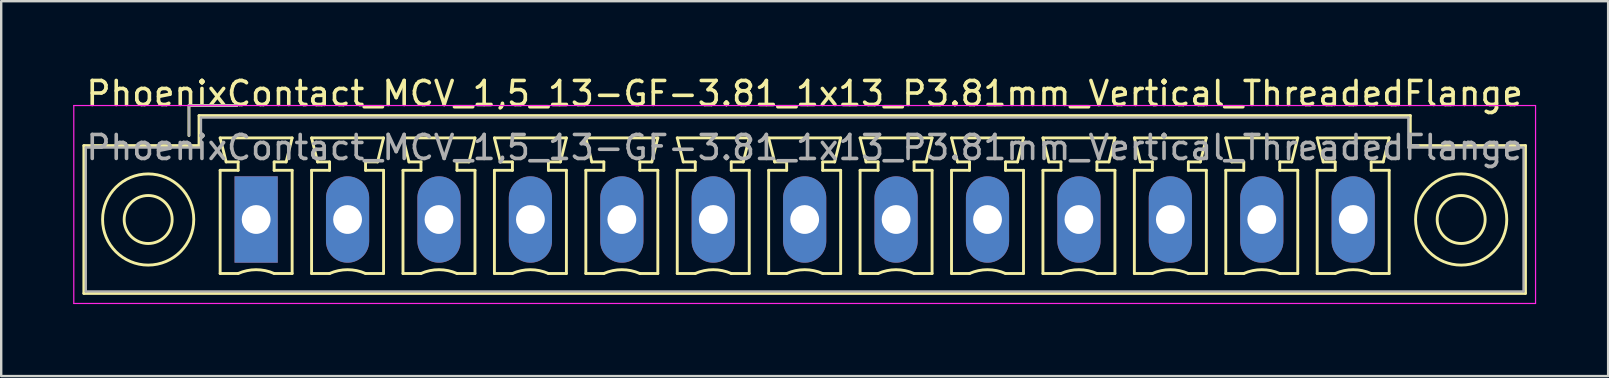
<source format=kicad_pcb>
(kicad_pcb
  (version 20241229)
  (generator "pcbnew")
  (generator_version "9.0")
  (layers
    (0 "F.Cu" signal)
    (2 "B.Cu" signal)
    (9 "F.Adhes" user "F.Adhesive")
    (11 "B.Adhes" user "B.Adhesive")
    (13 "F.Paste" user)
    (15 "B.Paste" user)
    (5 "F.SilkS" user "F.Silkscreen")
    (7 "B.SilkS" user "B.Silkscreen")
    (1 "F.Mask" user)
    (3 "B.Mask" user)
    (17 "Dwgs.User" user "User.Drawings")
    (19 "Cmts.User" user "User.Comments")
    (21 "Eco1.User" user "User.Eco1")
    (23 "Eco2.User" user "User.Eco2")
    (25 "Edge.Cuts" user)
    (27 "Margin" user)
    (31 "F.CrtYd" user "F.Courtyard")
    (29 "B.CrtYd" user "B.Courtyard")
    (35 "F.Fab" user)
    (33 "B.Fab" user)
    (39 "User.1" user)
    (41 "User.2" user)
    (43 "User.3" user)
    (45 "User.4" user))
  (footprint "PhoenixContact_MCV_1,5_13-GF-3.81_1x13_P3.81mm_Vertical_ThreadedFlange"
    (layer "F.Cu")
    (at 7.625 6.098)
    (property "Reference" "PhoenixContact_MCV_1,5_13-GF-3.81_1x13_P3.81mm_Vertical_ThreadedFlange" (at 22.86 -5.25 0) (layer "F.SilkS") (effects (font (size 1 1) (thickness 0.15))))
    (attr through_hole)
    (fp_line (start -7.18 -3.08) (end -7.18 3.08) (stroke (width 0.12) (type solid)) (layer "F.SilkS"))
    (fp_line (start -7.18 3.08) (end 52.9 3.08) (stroke (width 0.12) (type solid)) (layer "F.SilkS"))
    (fp_line (start -2.8 -4.75) (end -0.8 -4.75) (stroke (width 0.12) (type solid)) (layer "F.SilkS"))
    (fp_line (start -2.8 -3.5) (end -2.8 -4.75) (stroke (width 0.12) (type solid)) (layer "F.SilkS"))
    (fp_line (start -2.38 -4.33) (end -2.38 -3.08) (stroke (width 0.12) (type solid)) (layer "F.SilkS"))
    (fp_line (start -2.38 -3.08) (end -7.18 -3.08) (stroke (width 0.12) (type solid)) (layer "F.SilkS"))
    (fp_line (start -1.5 -3.4) (end 1.5 -3.4) (stroke (width 0.12) (type solid)) (layer "F.SilkS"))
    (fp_line (start -1.5 -2.05) (end -0.75 -2.05) (stroke (width 0.12) (type solid)) (layer "F.SilkS"))
    (fp_line (start -1.5 2.25) (end -1.5 -2.05) (stroke (width 0.12) (type solid)) (layer "F.SilkS"))
    (fp_line (start -1.25 -2.4) (end -1.5 -3.4) (stroke (width 0.12) (type solid)) (layer "F.SilkS"))
    (fp_line (start -0.75 -2.4) (end -1.25 -2.4) (stroke (width 0.12) (type solid)) (layer "F.SilkS"))
    (fp_line (start -0.75 -2.05) (end -0.75 -2.4) (stroke (width 0.12) (type solid)) (layer "F.SilkS"))
    (fp_line (start -0.75 2.25) (end -1.5 2.25) (stroke (width 0.12) (type solid)) (layer "F.SilkS"))
    (fp_line (start 0.75 -2.4) (end 0.75 -2.05) (stroke (width 0.12) (type solid)) (layer "F.SilkS"))
    (fp_line (start 0.75 -2.05) (end 1.5 -2.05) (stroke (width 0.12) (type solid)) (layer "F.SilkS"))
    (fp_line (start 1.25 -2.4) (end 0.75 -2.4) (stroke (width 0.12) (type solid)) (layer "F.SilkS"))
    (fp_line (start 1.5 -3.4) (end 1.25 -2.4) (stroke (width 0.12) (type solid)) (layer "F.SilkS"))
    (fp_line (start 1.5 -2.05) (end 1.5 2.25) (stroke (width 0.12) (type solid)) (layer "F.SilkS"))
    (fp_line (start 1.5 2.25) (end 0.75 2.25) (stroke (width 0.12) (type solid)) (layer "F.SilkS"))
    (fp_line (start 2.31 -3.4) (end 5.31 -3.4) (stroke (width 0.12) (type solid)) (layer "F.SilkS"))
    (fp_line (start 2.31 -2.05) (end 3.06 -2.05) (stroke (width 0.12) (type solid)) (layer "F.SilkS"))
    (fp_line (start 2.31 2.25) (end 2.31 -2.05) (stroke (width 0.12) (type solid)) (layer "F.SilkS"))
    (fp_line (start 2.56 -2.4) (end 2.31 -3.4) (stroke (width 0.12) (type solid)) (layer "F.SilkS"))
    (fp_line (start 3.06 -2.4) (end 2.56 -2.4) (stroke (width 0.12) (type solid)) (layer "F.SilkS"))
    (fp_line (start 3.06 -2.05) (end 3.06 -2.4) (stroke (width 0.12) (type solid)) (layer "F.SilkS"))
    (fp_line (start 3.06 2.25) (end 2.31 2.25) (stroke (width 0.12) (type solid)) (layer "F.SilkS"))
    (fp_line (start 4.56 -2.4) (end 4.56 -2.05) (stroke (width 0.12) (type solid)) (layer "F.SilkS"))
    (fp_line (start 4.56 -2.05) (end 5.31 -2.05) (stroke (width 0.12) (type solid)) (layer "F.SilkS"))
    (fp_line (start 5.06 -2.4) (end 4.56 -2.4) (stroke (width 0.12) (type solid)) (layer "F.SilkS"))
    (fp_line (start 5.31 -3.4) (end 5.06 -2.4) (stroke (width 0.12) (type solid)) (layer "F.SilkS"))
    (fp_line (start 5.31 -2.05) (end 5.31 2.25) (stroke (width 0.12) (type solid)) (layer "F.SilkS"))
    (fp_line (start 5.31 2.25) (end 4.56 2.25) (stroke (width 0.12) (type solid)) (layer "F.SilkS"))
    (fp_line (start 6.12 -3.4) (end 9.12 -3.4) (stroke (width 0.12) (type solid)) (layer "F.SilkS"))
    (fp_line (start 6.12 -2.05) (end 6.87 -2.05) (stroke (width 0.12) (type solid)) (layer "F.SilkS"))
    (fp_line (start 6.12 2.25) (end 6.12 -2.05) (stroke (width 0.12) (type solid)) (layer "F.SilkS"))
    (fp_line (start 6.37 -2.4) (end 6.12 -3.4) (stroke (width 0.12) (type solid)) (layer "F.SilkS"))
    (fp_line (start 6.87 -2.4) (end 6.37 -2.4) (stroke (width 0.12) (type solid)) (layer "F.SilkS"))
    (fp_line (start 6.87 -2.05) (end 6.87 -2.4) (stroke (width 0.12) (type solid)) (layer "F.SilkS"))
    (fp_line (start 6.87 2.25) (end 6.12 2.25) (stroke (width 0.12) (type solid)) (layer "F.SilkS"))
    (fp_line (start 8.37 -2.4) (end 8.37 -2.05) (stroke (width 0.12) (type solid)) (layer "F.SilkS"))
    (fp_line (start 8.37 -2.05) (end 9.12 -2.05) (stroke (width 0.12) (type solid)) (layer "F.SilkS"))
    (fp_line (start 8.87 -2.4) (end 8.37 -2.4) (stroke (width 0.12) (type solid)) (layer "F.SilkS"))
    (fp_line (start 9.12 -3.4) (end 8.87 -2.4) (stroke (width 0.12) (type solid)) (layer "F.SilkS"))
    (fp_line (start 9.12 -2.05) (end 9.12 2.25) (stroke (width 0.12) (type solid)) (layer "F.SilkS"))
    (fp_line (start 9.12 2.25) (end 8.37 2.25) (stroke (width 0.12) (type solid)) (layer "F.SilkS"))
    (fp_line (start 9.93 -3.4) (end 12.93 -3.4) (stroke (width 0.12) (type solid)) (layer "F.SilkS"))
    (fp_line (start 9.93 -2.05) (end 10.68 -2.05) (stroke (width 0.12) (type solid)) (layer "F.SilkS"))
    (fp_line (start 9.93 2.25) (end 9.93 -2.05) (stroke (width 0.12) (type solid)) (layer "F.SilkS"))
    (fp_line (start 10.18 -2.4) (end 9.93 -3.4) (stroke (width 0.12) (type solid)) (layer "F.SilkS"))
    (fp_line (start 10.68 -2.4) (end 10.18 -2.4) (stroke (width 0.12) (type solid)) (layer "F.SilkS"))
    (fp_line (start 10.68 -2.05) (end 10.68 -2.4) (stroke (width 0.12) (type solid)) (layer "F.SilkS"))
    (fp_line (start 10.68 2.25) (end 9.93 2.25) (stroke (width 0.12) (type solid)) (layer "F.SilkS"))
    (fp_line (start 12.18 -2.4) (end 12.18 -2.05) (stroke (width 0.12) (type solid)) (layer "F.SilkS"))
    (fp_line (start 12.18 -2.05) (end 12.93 -2.05) (stroke (width 0.12) (type solid)) (layer "F.SilkS"))
    (fp_line (start 12.68 -2.4) (end 12.18 -2.4) (stroke (width 0.12) (type solid)) (layer "F.SilkS"))
    (fp_line (start 12.93 -3.4) (end 12.68 -2.4) (stroke (width 0.12) (type solid)) (layer "F.SilkS"))
    (fp_line (start 12.93 -2.05) (end 12.93 2.25) (stroke (width 0.12) (type solid)) (layer "F.SilkS"))
    (fp_line (start 12.93 2.25) (end 12.18 2.25) (stroke (width 0.12) (type solid)) (layer "F.SilkS"))
    (fp_line (start 13.74 -3.4) (end 16.74 -3.4) (stroke (width 0.12) (type solid)) (layer "F.SilkS"))
    (fp_line (start 13.74 -2.05) (end 14.49 -2.05) (stroke (width 0.12) (type solid)) (layer "F.SilkS"))
    (fp_line (start 13.74 2.25) (end 13.74 -2.05) (stroke (width 0.12) (type solid)) (layer "F.SilkS"))
    (fp_line (start 13.99 -2.4) (end 13.74 -3.4) (stroke (width 0.12) (type solid)) (layer "F.SilkS"))
    (fp_line (start 14.49 -2.4) (end 13.99 -2.4) (stroke (width 0.12) (type solid)) (layer "F.SilkS"))
    (fp_line (start 14.49 -2.05) (end 14.49 -2.4) (stroke (width 0.12) (type solid)) (layer "F.SilkS"))
    (fp_line (start 14.49 2.25) (end 13.74 2.25) (stroke (width 0.12) (type solid)) (layer "F.SilkS"))
    (fp_line (start 15.99 -2.4) (end 15.99 -2.05) (stroke (width 0.12) (type solid)) (layer "F.SilkS"))
    (fp_line (start 15.99 -2.05) (end 16.74 -2.05) (stroke (width 0.12) (type solid)) (layer "F.SilkS"))
    (fp_line (start 16.49 -2.4) (end 15.99 -2.4) (stroke (width 0.12) (type solid)) (layer "F.SilkS"))
    (fp_line (start 16.74 -3.4) (end 16.49 -2.4) (stroke (width 0.12) (type solid)) (layer "F.SilkS"))
    (fp_line (start 16.74 -2.05) (end 16.74 2.25) (stroke (width 0.12) (type solid)) (layer "F.SilkS"))
    (fp_line (start 16.74 2.25) (end 15.99 2.25) (stroke (width 0.12) (type solid)) (layer "F.SilkS"))
    (fp_line (start 17.55 -3.4) (end 20.55 -3.4) (stroke (width 0.12) (type solid)) (layer "F.SilkS"))
    (fp_line (start 17.55 -2.05) (end 18.3 -2.05) (stroke (width 0.12) (type solid)) (layer "F.SilkS"))
    (fp_line (start 17.55 2.25) (end 17.55 -2.05) (stroke (width 0.12) (type solid)) (layer "F.SilkS"))
    (fp_line (start 17.8 -2.4) (end 17.55 -3.4) (stroke (width 0.12) (type solid)) (layer "F.SilkS"))
    (fp_line (start 18.3 -2.4) (end 17.8 -2.4) (stroke (width 0.12) (type solid)) (layer "F.SilkS"))
    (fp_line (start 18.3 -2.05) (end 18.3 -2.4) (stroke (width 0.12) (type solid)) (layer "F.SilkS"))
    (fp_line (start 18.3 2.25) (end 17.55 2.25) (stroke (width 0.12) (type solid)) (layer "F.SilkS"))
    (fp_line (start 19.8 -2.4) (end 19.8 -2.05) (stroke (width 0.12) (type solid)) (layer "F.SilkS"))
    (fp_line (start 19.8 -2.05) (end 20.55 -2.05) (stroke (width 0.12) (type solid)) (layer "F.SilkS"))
    (fp_line (start 20.3 -2.4) (end 19.8 -2.4) (stroke (width 0.12) (type solid)) (layer "F.SilkS"))
    (fp_line (start 20.55 -3.4) (end 20.3 -2.4) (stroke (width 0.12) (type solid)) (layer "F.SilkS"))
    (fp_line (start 20.55 -2.05) (end 20.55 2.25) (stroke (width 0.12) (type solid)) (layer "F.SilkS"))
    (fp_line (start 20.55 2.25) (end 19.8 2.25) (stroke (width 0.12) (type solid)) (layer "F.SilkS"))
    (fp_line (start 21.36 -3.4) (end 24.36 -3.4) (stroke (width 0.12) (type solid)) (layer "F.SilkS"))
    (fp_line (start 21.36 -2.05) (end 22.11 -2.05) (stroke (width 0.12) (type solid)) (layer "F.SilkS"))
    (fp_line (start 21.36 2.25) (end 21.36 -2.05) (stroke (width 0.12) (type solid)) (layer "F.SilkS"))
    (fp_line (start 21.61 -2.4) (end 21.36 -3.4) (stroke (width 0.12) (type solid)) (layer "F.SilkS"))
    (fp_line (start 22.11 -2.4) (end 21.61 -2.4) (stroke (width 0.12) (type solid)) (layer "F.SilkS"))
    (fp_line (start 22.11 -2.05) (end 22.11 -2.4) (stroke (width 0.12) (type solid)) (layer "F.SilkS"))
    (fp_line (start 22.11 2.25) (end 21.36 2.25) (stroke (width 0.12) (type solid)) (layer "F.SilkS"))
    (fp_line (start 23.61 -2.4) (end 23.61 -2.05) (stroke (width 0.12) (type solid)) (layer "F.SilkS"))
    (fp_line (start 23.61 -2.05) (end 24.36 -2.05) (stroke (width 0.12) (type solid)) (layer "F.SilkS"))
    (fp_line (start 24.11 -2.4) (end 23.61 -2.4) (stroke (width 0.12) (type solid)) (layer "F.SilkS"))
    (fp_line (start 24.36 -3.4) (end 24.11 -2.4) (stroke (width 0.12) (type solid)) (layer "F.SilkS"))
    (fp_line (start 24.36 -2.05) (end 24.36 2.25) (stroke (width 0.12) (type solid)) (layer "F.SilkS"))
    (fp_line (start 24.36 2.25) (end 23.61 2.25) (stroke (width 0.12) (type solid)) (layer "F.SilkS"))
    (fp_line (start 25.17 -3.4) (end 28.17 -3.4) (stroke (width 0.12) (type solid)) (layer "F.SilkS"))
    (fp_line (start 25.17 -2.05) (end 25.92 -2.05) (stroke (width 0.12) (type solid)) (layer "F.SilkS"))
    (fp_line (start 25.17 2.25) (end 25.17 -2.05) (stroke (width 0.12) (type solid)) (layer "F.SilkS"))
    (fp_line (start 25.42 -2.4) (end 25.17 -3.4) (stroke (width 0.12) (type solid)) (layer "F.SilkS"))
    (fp_line (start 25.92 -2.4) (end 25.42 -2.4) (stroke (width 0.12) (type solid)) (layer "F.SilkS"))
    (fp_line (start 25.92 -2.05) (end 25.92 -2.4) (stroke (width 0.12) (type solid)) (layer "F.SilkS"))
    (fp_line (start 25.92 2.25) (end 25.17 2.25) (stroke (width 0.12) (type solid)) (layer "F.SilkS"))
    (fp_line (start 27.42 -2.4) (end 27.42 -2.05) (stroke (width 0.12) (type solid)) (layer "F.SilkS"))
    (fp_line (start 27.42 -2.05) (end 28.17 -2.05) (stroke (width 0.12) (type solid)) (layer "F.SilkS"))
    (fp_line (start 27.92 -2.4) (end 27.42 -2.4) (stroke (width 0.12) (type solid)) (layer "F.SilkS"))
    (fp_line (start 28.17 -3.4) (end 27.92 -2.4) (stroke (width 0.12) (type solid)) (layer "F.SilkS"))
    (fp_line (start 28.17 -2.05) (end 28.17 2.25) (stroke (width 0.12) (type solid)) (layer "F.SilkS"))
    (fp_line (start 28.17 2.25) (end 27.42 2.25) (stroke (width 0.12) (type solid)) (layer "F.SilkS"))
    (fp_line (start 28.98 -3.4) (end 31.98 -3.4) (stroke (width 0.12) (type solid)) (layer "F.SilkS"))
    (fp_line (start 28.98 -2.05) (end 29.73 -2.05) (stroke (width 0.12) (type solid)) (layer "F.SilkS"))
    (fp_line (start 28.98 2.25) (end 28.98 -2.05) (stroke (width 0.12) (type solid)) (layer "F.SilkS"))
    (fp_line (start 29.23 -2.4) (end 28.98 -3.4) (stroke (width 0.12) (type solid)) (layer "F.SilkS"))
    (fp_line (start 29.73 -2.4) (end 29.23 -2.4) (stroke (width 0.12) (type solid)) (layer "F.SilkS"))
    (fp_line (start 29.73 -2.05) (end 29.73 -2.4) (stroke (width 0.12) (type solid)) (layer "F.SilkS"))
    (fp_line (start 29.73 2.25) (end 28.98 2.25) (stroke (width 0.12) (type solid)) (layer "F.SilkS"))
    (fp_line (start 31.23 -2.4) (end 31.23 -2.05) (stroke (width 0.12) (type solid)) (layer "F.SilkS"))
    (fp_line (start 31.23 -2.05) (end 31.98 -2.05) (stroke (width 0.12) (type solid)) (layer "F.SilkS"))
    (fp_line (start 31.73 -2.4) (end 31.23 -2.4) (stroke (width 0.12) (type solid)) (layer "F.SilkS"))
    (fp_line (start 31.98 -3.4) (end 31.73 -2.4) (stroke (width 0.12) (type solid)) (layer "F.SilkS"))
    (fp_line (start 31.98 -2.05) (end 31.98 2.25) (stroke (width 0.12) (type solid)) (layer "F.SilkS"))
    (fp_line (start 31.98 2.25) (end 31.23 2.25) (stroke (width 0.12) (type solid)) (layer "F.SilkS"))
    (fp_line (start 32.79 -3.4) (end 35.79 -3.4) (stroke (width 0.12) (type solid)) (layer "F.SilkS"))
    (fp_line (start 32.79 -2.05) (end 33.54 -2.05) (stroke (width 0.12) (type solid)) (layer "F.SilkS"))
    (fp_line (start 32.79 2.25) (end 32.79 -2.05) (stroke (width 0.12) (type solid)) (layer "F.SilkS"))
    (fp_line (start 33.04 -2.4) (end 32.79 -3.4) (stroke (width 0.12) (type solid)) (layer "F.SilkS"))
    (fp_line (start 33.54 -2.4) (end 33.04 -2.4) (stroke (width 0.12) (type solid)) (layer "F.SilkS"))
    (fp_line (start 33.54 -2.05) (end 33.54 -2.4) (stroke (width 0.12) (type solid)) (layer "F.SilkS"))
    (fp_line (start 33.54 2.25) (end 32.79 2.25) (stroke (width 0.12) (type solid)) (layer "F.SilkS"))
    (fp_line (start 35.04 -2.4) (end 35.04 -2.05) (stroke (width 0.12) (type solid)) (layer "F.SilkS"))
    (fp_line (start 35.04 -2.05) (end 35.79 -2.05) (stroke (width 0.12) (type solid)) (layer "F.SilkS"))
    (fp_line (start 35.54 -2.4) (end 35.04 -2.4) (stroke (width 0.12) (type solid)) (layer "F.SilkS"))
    (fp_line (start 35.79 -3.4) (end 35.54 -2.4) (stroke (width 0.12) (type solid)) (layer "F.SilkS"))
    (fp_line (start 35.79 -2.05) (end 35.79 2.25) (stroke (width 0.12) (type solid)) (layer "F.SilkS"))
    (fp_line (start 35.79 2.25) (end 35.04 2.25) (stroke (width 0.12) (type solid)) (layer "F.SilkS"))
    (fp_line (start 36.6 -3.4) (end 39.6 -3.4) (stroke (width 0.12) (type solid)) (layer "F.SilkS"))
    (fp_line (start 36.6 -2.05) (end 37.35 -2.05) (stroke (width 0.12) (type solid)) (layer "F.SilkS"))
    (fp_line (start 36.6 2.25) (end 36.6 -2.05) (stroke (width 0.12) (type solid)) (layer "F.SilkS"))
    (fp_line (start 36.85 -2.4) (end 36.6 -3.4) (stroke (width 0.12) (type solid)) (layer "F.SilkS"))
    (fp_line (start 37.35 -2.4) (end 36.85 -2.4) (stroke (width 0.12) (type solid)) (layer "F.SilkS"))
    (fp_line (start 37.35 -2.05) (end 37.35 -2.4) (stroke (width 0.12) (type solid)) (layer "F.SilkS"))
    (fp_line (start 37.35 2.25) (end 36.6 2.25) (stroke (width 0.12) (type solid)) (layer "F.SilkS"))
    (fp_line (start 38.85 -2.4) (end 38.85 -2.05) (stroke (width 0.12) (type solid)) (layer "F.SilkS"))
    (fp_line (start 38.85 -2.05) (end 39.6 -2.05) (stroke (width 0.12) (type solid)) (layer "F.SilkS"))
    (fp_line (start 39.35 -2.4) (end 38.85 -2.4) (stroke (width 0.12) (type solid)) (layer "F.SilkS"))
    (fp_line (start 39.6 -3.4) (end 39.35 -2.4) (stroke (width 0.12) (type solid)) (layer "F.SilkS"))
    (fp_line (start 39.6 -2.05) (end 39.6 2.25) (stroke (width 0.12) (type solid)) (layer "F.SilkS"))
    (fp_line (start 39.6 2.25) (end 38.85 2.25) (stroke (width 0.12) (type solid)) (layer "F.SilkS"))
    (fp_line (start 40.41 -3.4) (end 43.41 -3.4) (stroke (width 0.12) (type solid)) (layer "F.SilkS"))
    (fp_line (start 40.41 -2.05) (end 41.16 -2.05) (stroke (width 0.12) (type solid)) (layer "F.SilkS"))
    (fp_line (start 40.41 2.25) (end 40.41 -2.05) (stroke (width 0.12) (type solid)) (layer "F.SilkS"))
    (fp_line (start 40.66 -2.4) (end 40.41 -3.4) (stroke (width 0.12) (type solid)) (layer "F.SilkS"))
    (fp_line (start 41.16 -2.4) (end 40.66 -2.4) (stroke (width 0.12) (type solid)) (layer "F.SilkS"))
    (fp_line (start 41.16 -2.05) (end 41.16 -2.4) (stroke (width 0.12) (type solid)) (layer "F.SilkS"))
    (fp_line (start 41.16 2.25) (end 40.41 2.25) (stroke (width 0.12) (type solid)) (layer "F.SilkS"))
    (fp_line (start 42.66 -2.4) (end 42.66 -2.05) (stroke (width 0.12) (type solid)) (layer "F.SilkS"))
    (fp_line (start 42.66 -2.05) (end 43.41 -2.05) (stroke (width 0.12) (type solid)) (layer "F.SilkS"))
    (fp_line (start 43.16 -2.4) (end 42.66 -2.4) (stroke (width 0.12) (type solid)) (layer "F.SilkS"))
    (fp_line (start 43.41 -3.4) (end 43.16 -2.4) (stroke (width 0.12) (type solid)) (layer "F.SilkS"))
    (fp_line (start 43.41 -2.05) (end 43.41 2.25) (stroke (width 0.12) (type solid)) (layer "F.SilkS"))
    (fp_line (start 43.41 2.25) (end 42.66 2.25) (stroke (width 0.12) (type solid)) (layer "F.SilkS"))
    (fp_line (start 44.22 -3.4) (end 47.22 -3.4) (stroke (width 0.12) (type solid)) (layer "F.SilkS"))
    (fp_line (start 44.22 -2.05) (end 44.97 -2.05) (stroke (width 0.12) (type solid)) (layer "F.SilkS"))
    (fp_line (start 44.22 2.25) (end 44.22 -2.05) (stroke (width 0.12) (type solid)) (layer "F.SilkS"))
    (fp_line (start 44.47 -2.4) (end 44.22 -3.4) (stroke (width 0.12) (type solid)) (layer "F.SilkS"))
    (fp_line (start 44.97 -2.4) (end 44.47 -2.4) (stroke (width 0.12) (type solid)) (layer "F.SilkS"))
    (fp_line (start 44.97 -2.05) (end 44.97 -2.4) (stroke (width 0.12) (type solid)) (layer "F.SilkS"))
    (fp_line (start 44.97 2.25) (end 44.22 2.25) (stroke (width 0.12) (type solid)) (layer "F.SilkS"))
    (fp_line (start 46.47 -2.4) (end 46.47 -2.05) (stroke (width 0.12) (type solid)) (layer "F.SilkS"))
    (fp_line (start 46.47 -2.05) (end 47.22 -2.05) (stroke (width 0.12) (type solid)) (layer "F.SilkS"))
    (fp_line (start 46.97 -2.4) (end 46.47 -2.4) (stroke (width 0.12) (type solid)) (layer "F.SilkS"))
    (fp_line (start 47.22 -3.4) (end 46.97 -2.4) (stroke (width 0.12) (type solid)) (layer "F.SilkS"))
    (fp_line (start 47.22 -2.05) (end 47.22 2.25) (stroke (width 0.12) (type solid)) (layer "F.SilkS"))
    (fp_line (start 47.22 2.25) (end 46.47 2.25) (stroke (width 0.12) (type solid)) (layer "F.SilkS"))
    (fp_line (start 48.1 -4.33) (end -2.38 -4.33) (stroke (width 0.12) (type solid)) (layer "F.SilkS"))
    (fp_line (start 48.1 -3.08) (end 48.1 -4.33) (stroke (width 0.12) (type solid)) (layer "F.SilkS"))
    (fp_line (start 52.9 -3.08) (end 48.1 -3.08) (stroke (width 0.12) (type solid)) (layer "F.SilkS"))
    (fp_line (start 52.9 3.08) (end 52.9 -3.08) (stroke (width 0.12) (type solid)) (layer "F.SilkS"))
    (fp_arc (start -0.75 2.25) (mid -0.000193 2.09191) (end 0.749647 2.249844) (stroke (width 0.12) (type solid)) (layer "F.SilkS"))
    (fp_arc (start 3.06 2.25) (mid 3.809807 2.09191) (end 4.559647 2.249844) (stroke (width 0.12) (type solid)) (layer "F.SilkS"))
    (fp_arc (start 6.87 2.25) (mid 7.619807 2.09191) (end 8.369647 2.249844) (stroke (width 0.12) (type solid)) (layer "F.SilkS"))
    (fp_arc (start 10.68 2.25) (mid 11.429807 2.09191) (end 12.179647 2.249844) (stroke (width 0.12) (type solid)) (layer "F.SilkS"))
    (fp_arc (start 14.49 2.25) (mid 15.239807 2.09191) (end 15.989647 2.249844) (stroke (width 0.12) (type solid)) (layer "F.SilkS"))
    (fp_arc (start 18.3 2.25) (mid 19.049807 2.09191) (end 19.799647 2.249844) (stroke (width 0.12) (type solid)) (layer "F.SilkS"))
    (fp_arc (start 22.11 2.25) (mid 22.859807 2.09191) (end 23.609647 2.249844) (stroke (width 0.12) (type solid)) (layer "F.SilkS"))
    (fp_arc (start 25.92 2.25) (mid 26.669807 2.09191) (end 27.419647 2.249844) (stroke (width 0.12) (type solid)) (layer "F.SilkS"))
    (fp_arc (start 29.73 2.25) (mid 30.479807 2.09191) (end 31.229647 2.249844) (stroke (width 0.12) (type solid)) (layer "F.SilkS"))
    (fp_arc (start 33.54 2.25) (mid 34.289807 2.09191) (end 35.039647 2.249844) (stroke (width 0.12) (type solid)) (layer "F.SilkS"))
    (fp_arc (start 37.35 2.25) (mid 38.099807 2.09191) (end 38.849647 2.249844) (stroke (width 0.12) (type solid)) (layer "F.SilkS"))
    (fp_arc (start 41.16 2.25) (mid 41.909807 2.09191) (end 42.659647 2.249844) (stroke (width 0.12) (type solid)) (layer "F.SilkS"))
    (fp_arc (start 44.97 2.25) (mid 45.719807 2.09191) (end 46.469647 2.249844) (stroke (width 0.12) (type solid)) (layer "F.SilkS"))
    (fp_circle (center -4.5 0) (end -3.5 0) (stroke (width 0.12) (type solid)) (fill no) (layer "F.SilkS"))
    (fp_circle (center -4.5 0) (end -2.6 0) (stroke (width 0.12) (type solid)) (fill no) (layer "F.SilkS"))
    (fp_circle (center 50.22 0) (end 51.22 0) (stroke (width 0.12) (type solid)) (fill no) (layer "F.SilkS"))
    (fp_circle (center 50.22 0) (end 52.12 0) (stroke (width 0.12) (type solid)) (fill no) (layer "F.SilkS"))
    (fp_line (start -7.6 -4.75) (end -7.6 3.5) (stroke (width 0.05) (type solid)) (layer "F.CrtYd"))
    (fp_line (start -7.6 3.5) (end 53.32 3.5) (stroke (width 0.05) (type solid)) (layer "F.CrtYd"))
    (fp_line (start 53.32 -4.75) (end -7.6 -4.75) (stroke (width 0.05) (type solid)) (layer "F.CrtYd"))
    (fp_line (start 53.32 3.5) (end 53.32 -4.75) (stroke (width 0.05) (type solid)) (layer "F.CrtYd"))
    (fp_line (start -7.1 -3) (end -7.1 3) (stroke (width 0.1) (type solid)) (layer "F.Fab"))
    (fp_line (start -7.1 3) (end 52.82 3) (stroke (width 0.1) (type solid)) (layer "F.Fab"))
    (fp_line (start -2.8 -4.75) (end -0.8 -4.75) (stroke (width 0.1) (type solid)) (layer "F.Fab"))
    (fp_line (start -2.8 -3.5) (end -2.8 -4.75) (stroke (width 0.1) (type solid)) (layer "F.Fab"))
    (fp_line (start -2.3 -4.25) (end -2.3 -3) (stroke (width 0.1) (type solid)) (layer "F.Fab"))
    (fp_line (start -2.3 -3) (end -7.1 -3) (stroke (width 0.1) (type solid)) (layer "F.Fab"))
    (fp_line (start 48.02 -4.25) (end -2.3 -4.25) (stroke (width 0.1) (type solid)) (layer "F.Fab"))
    (fp_line (start 48.02 -3) (end 48.02 -4.25) (stroke (width 0.1) (type solid)) (layer "F.Fab"))
    (fp_line (start 52.82 -3) (end 48.02 -3) (stroke (width 0.1) (type solid)) (layer "F.Fab"))
    (fp_line (start 52.82 3) (end 52.82 -3) (stroke (width 0.1) (type solid)) (layer "F.Fab"))
    (fp_text user "${REFERENCE}" (at 22.86 -3 0) (layer "F.Fab") (effects (font (size 1 1) (thickness 0.15))))
    (pad "1" thru_hole rect (at 0 0) (size 1.8 3.6) (drill 1.2) (layers "*.Cu" "*.Mask"))
    (pad "2" thru_hole oval (at 3.81 0) (size 1.8 3.6) (drill 1.2) (layers "*.Cu" "*.Mask"))
    (pad "3" thru_hole oval (at 7.62 0) (size 1.8 3.6) (drill 1.2) (layers "*.Cu" "*.Mask"))
    (pad "4" thru_hole oval (at 11.43 0) (size 1.8 3.6) (drill 1.2) (layers "*.Cu" "*.Mask"))
    (pad "5" thru_hole oval (at 15.24 0) (size 1.8 3.6) (drill 1.2) (layers "*.Cu" "*.Mask"))
    (pad "6" thru_hole oval (at 19.05 0) (size 1.8 3.6) (drill 1.2) (layers "*.Cu" "*.Mask"))
    (pad "7" thru_hole oval (at 22.86 0) (size 1.8 3.6) (drill 1.2) (layers "*.Cu" "*.Mask"))
    (pad "8" thru_hole oval (at 26.67 0) (size 1.8 3.6) (drill 1.2) (layers "*.Cu" "*.Mask"))
    (pad "9" thru_hole oval (at 30.48 0) (size 1.8 3.6) (drill 1.2) (layers "*.Cu" "*.Mask"))
    (pad "10" thru_hole oval (at 34.29 0) (size 1.8 3.6) (drill 1.2) (layers "*.Cu" "*.Mask"))
    (pad "11" thru_hole oval (at 38.1 0) (size 1.8 3.6) (drill 1.2) (layers "*.Cu" "*.Mask"))
    (pad "12" thru_hole oval (at 41.91 0) (size 1.8 3.6) (drill 1.2) (layers "*.Cu" "*.Mask"))
    (pad "13" thru_hole oval (at 45.72 0) (size 1.8 3.6) (drill 1.2) (layers "*.Cu" "*.Mask")))
  (gr_rect
    (start -3 -3)
    (end 63.97 12.623)
    (stroke (width 0.1) (type default))
    (fill no)
    (layer "Edge.Cuts")))
</source>
